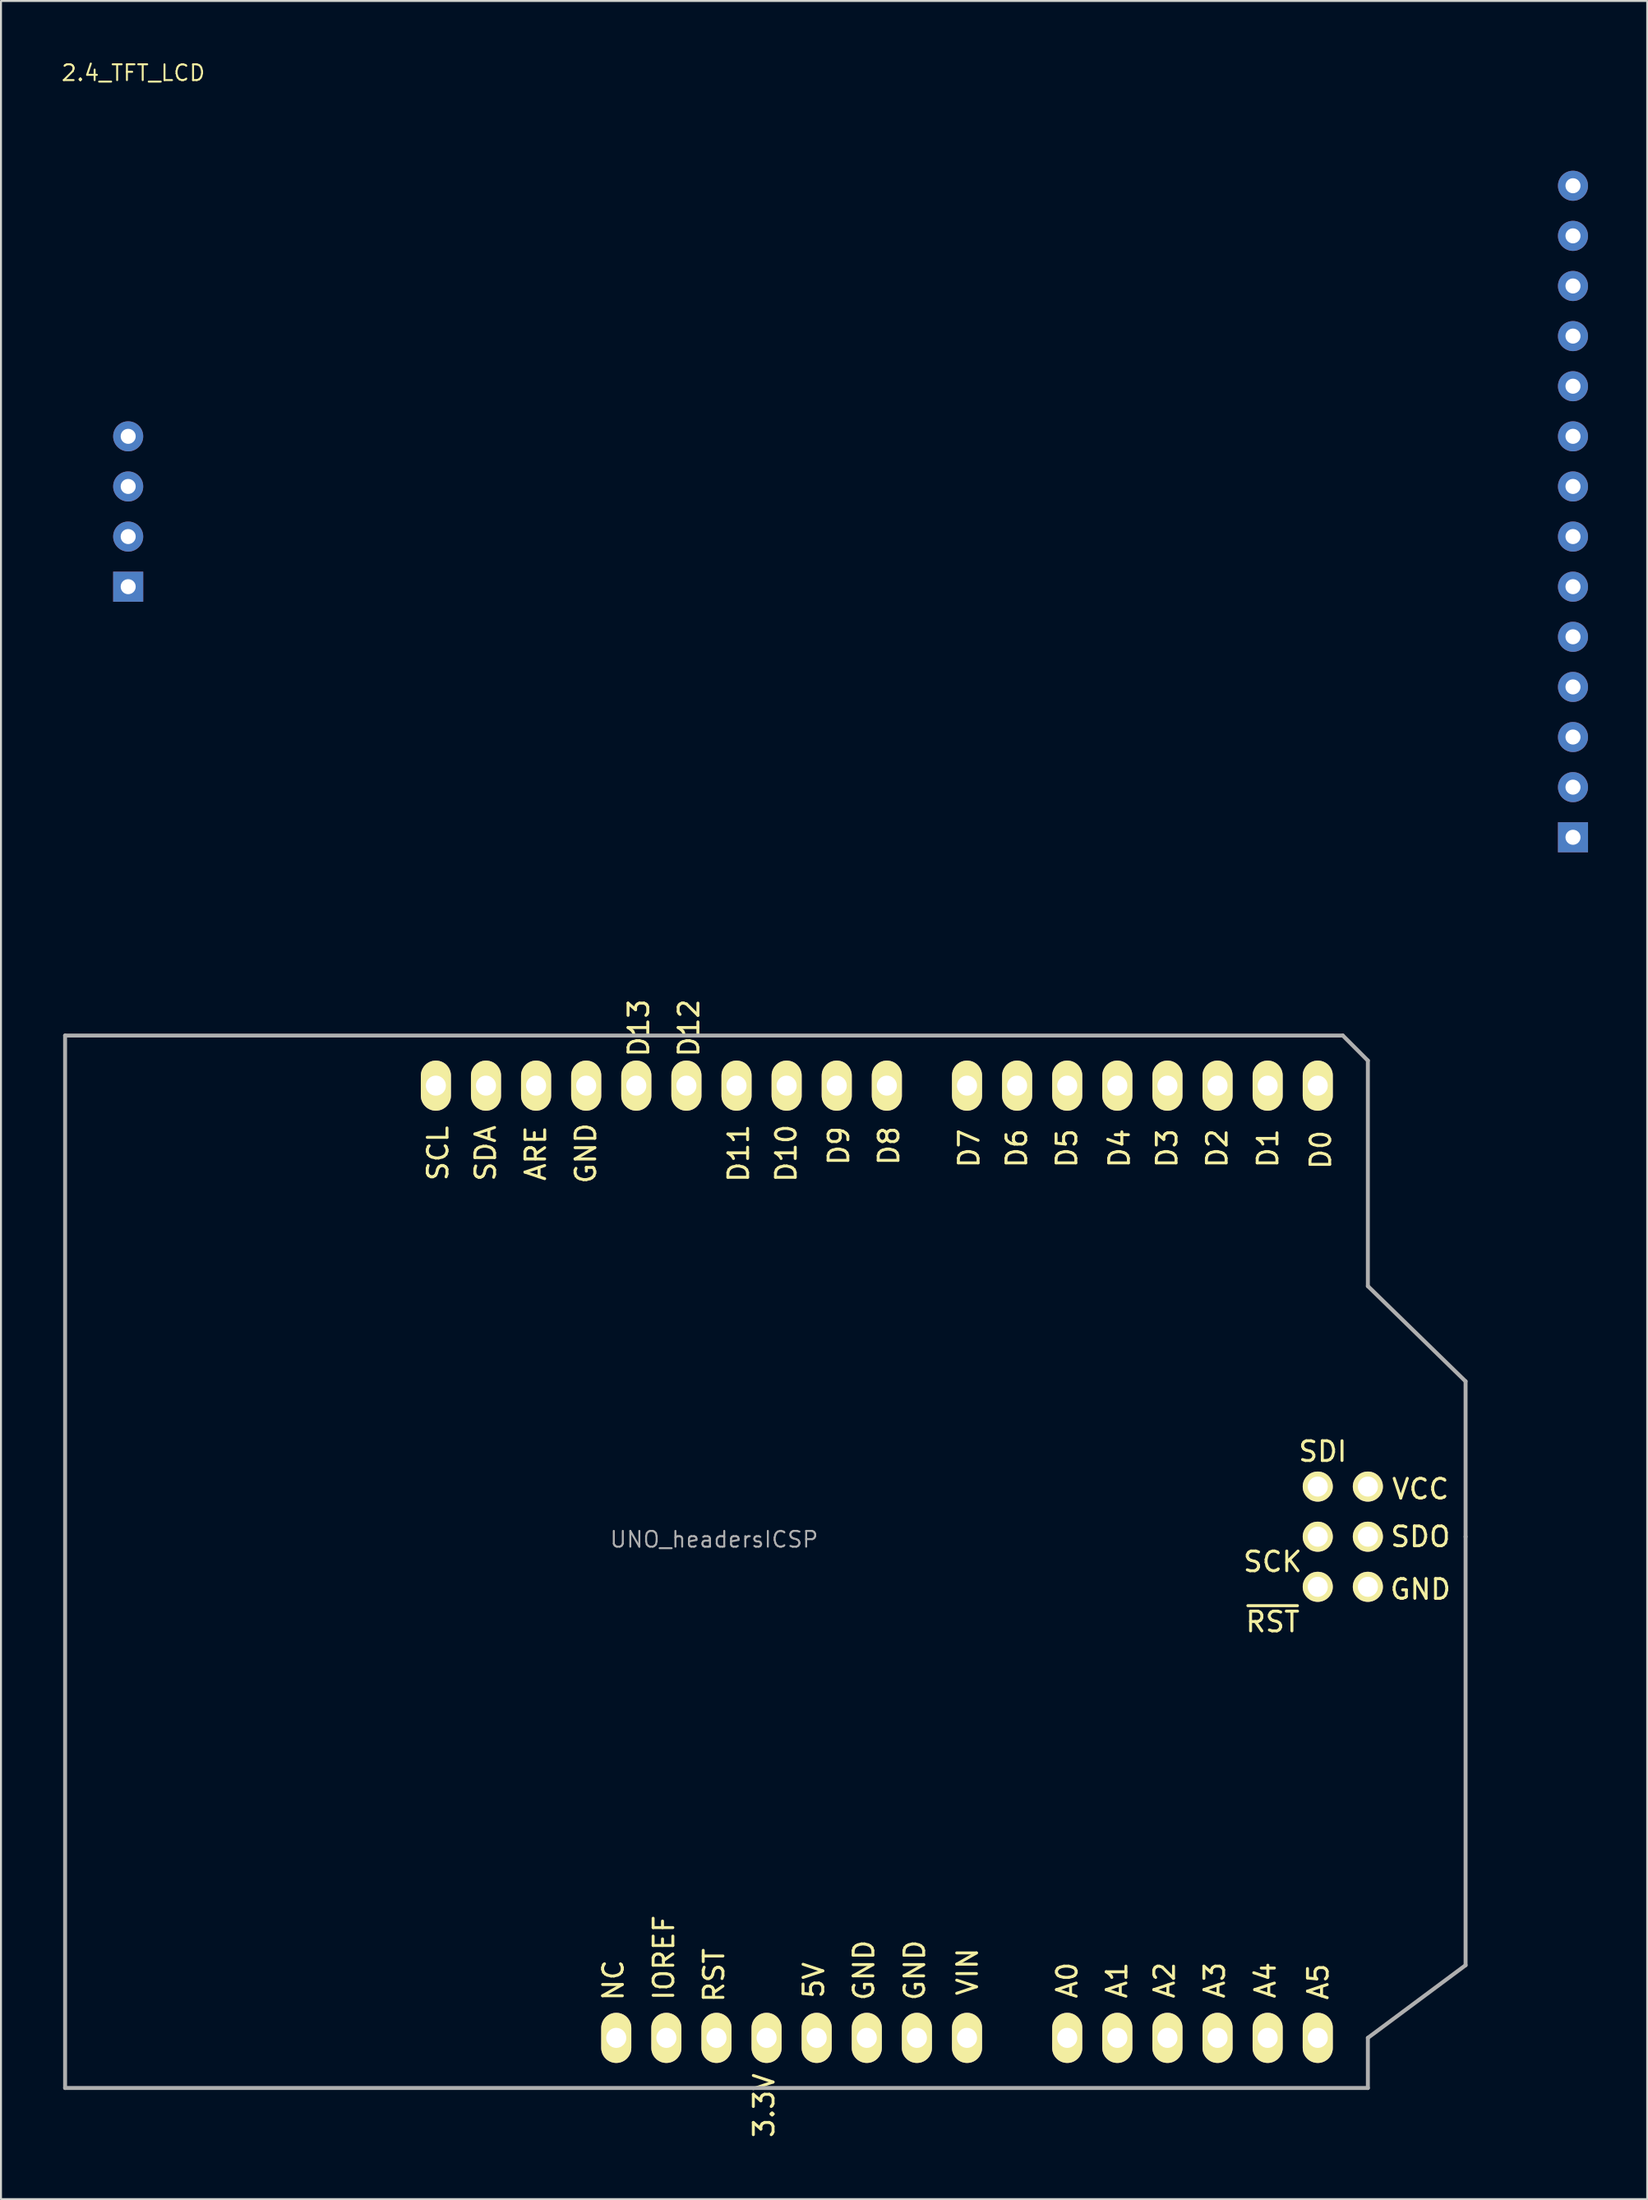
<source format=kicad_pcb>
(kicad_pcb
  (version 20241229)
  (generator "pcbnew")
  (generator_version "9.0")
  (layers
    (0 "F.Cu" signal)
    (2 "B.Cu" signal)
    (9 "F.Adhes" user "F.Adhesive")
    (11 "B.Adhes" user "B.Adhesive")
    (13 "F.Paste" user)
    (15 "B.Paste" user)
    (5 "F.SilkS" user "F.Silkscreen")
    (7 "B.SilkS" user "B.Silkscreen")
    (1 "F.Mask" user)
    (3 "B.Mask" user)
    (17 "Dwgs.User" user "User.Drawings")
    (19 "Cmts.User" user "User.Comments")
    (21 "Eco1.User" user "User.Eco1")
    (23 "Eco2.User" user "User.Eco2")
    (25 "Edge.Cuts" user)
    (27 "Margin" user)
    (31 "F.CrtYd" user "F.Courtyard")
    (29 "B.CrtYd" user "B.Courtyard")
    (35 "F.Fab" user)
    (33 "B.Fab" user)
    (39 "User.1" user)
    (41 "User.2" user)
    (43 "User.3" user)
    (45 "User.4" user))
  (footprint "2.4_TFT_LCD"
    (layer "F.Cu")
    (at 1.488 44.224)
    (property "Reference" "2.4_TFT_LCD" (at 2.22 -43.58 0) (layer "F.SilkS") (effects (font (size 0.8 0.8) (thickness 0.1))))
    (attr through_hole)
    (pad "1" thru_hole rect (at 75.2 -4.84) (size 1.524 1.524) (drill 0.762) (layers "*.Cu" "*.Mask"))
    (pad "2" thru_hole circle (at 75.2 -7.38) (size 1.524 1.524) (drill 0.762) (layers "*.Cu" "*.Mask"))
    (pad "3" thru_hole circle (at 75.2 -9.92) (size 1.524 1.524) (drill 0.762) (layers "*.Cu" "*.Mask"))
    (pad "4" thru_hole circle (at 75.2 -12.46) (size 1.524 1.524) (drill 0.762) (layers "*.Cu" "*.Mask"))
    (pad "5" thru_hole circle (at 75.2 -15) (size 1.524 1.524) (drill 0.762) (layers "*.Cu" "*.Mask"))
    (pad "6" thru_hole circle (at 75.2 -17.54) (size 1.524 1.524) (drill 0.762) (layers "*.Cu" "*.Mask"))
    (pad "7" thru_hole circle (at 75.2 -20.08) (size 1.524 1.524) (drill 0.762) (layers "*.Cu" "*.Mask"))
    (pad "8" thru_hole circle (at 75.2 -22.62) (size 1.524 1.524) (drill 0.762) (layers "*.Cu" "*.Mask"))
    (pad "9" thru_hole circle (at 75.2 -25.16) (size 1.524 1.524) (drill 0.762) (layers "*.Cu" "*.Mask"))
    (pad "10" thru_hole circle (at 75.2 -27.7) (size 1.524 1.524) (drill 0.762) (layers "*.Cu" "*.Mask"))
    (pad "11" thru_hole circle (at 75.2 -30.24) (size 1.524 1.524) (drill 0.762) (layers "*.Cu" "*.Mask"))
    (pad "12" thru_hole circle (at 75.2 -32.78) (size 1.524 1.524) (drill 0.762) (layers "*.Cu" "*.Mask"))
    (pad "13" thru_hole circle (at 75.2 -35.32) (size 1.524 1.524) (drill 0.762) (layers "*.Cu" "*.Mask"))
    (pad "14" thru_hole circle (at 75.2 -37.86) (size 1.524 1.524) (drill 0.762) (layers "*.Cu" "*.Mask"))
    (pad "15" thru_hole rect (at 1.96 -17.54) (size 1.524 1.524) (drill 0.762) (layers "*.Cu" "*.Mask"))
    (pad "16" thru_hole circle (at 1.96 -20.08) (size 1.524 1.524) (drill 0.762) (layers "*.Cu" "*.Mask"))
    (pad "17" thru_hole circle (at 1.96 -22.62) (size 1.524 1.524) (drill 0.762) (layers "*.Cu" "*.Mask"))
    (pad "18" thru_hole circle (at 1.96 -25.16) (size 1.524 1.524) (drill 0.762) (layers "*.Cu" "*.Mask")))
  (footprint "UNO_headersICSP"
    (layer "F.Cu")
    (at 0.25 102.772)
    (property "Reference" "UNO_headersICSP" (at 32.9 -27.8 0) (layer "F.Fab") (effects (font (size 0.8 0.8) (thickness 0.1))))
    (attr through_hole)
    (fp_line (start 0 0) (end 0 -53.34) (stroke (width 0.2) (type solid)) (layer "F.Fab"))
    (fp_line (start 0 0) (end 66.04 0) (stroke (width 0.2) (type solid)) (layer "F.Fab"))
    (fp_line (start 64.77 -53.34) (end 0 -53.34) (stroke (width 0.2) (type solid)) (layer "F.Fab"))
    (fp_line (start 66.04 -52.07) (end 64.77 -53.34) (stroke (width 0.2) (type solid)) (layer "F.Fab"))
    (fp_line (start 66.04 -40.64) (end 66.04 -52.07) (stroke (width 0.2) (type solid)) (layer "F.Fab"))
    (fp_line (start 66.04 -40.64) (end 70.993 -35.814) (stroke (width 0.2) (type solid)) (layer "F.Fab"))
    (fp_line (start 66.04 -2.54) (end 66.04 0) (stroke (width 0.2) (type solid)) (layer "F.Fab"))
    (fp_line (start 66.04 -2.54) (end 70.993 -6.223) (stroke (width 0.2) (type solid)) (layer "F.Fab"))
    (fp_line (start 70.993 -35.814) (end 70.993 -27.94) (stroke (width 0.2) (type solid)) (layer "F.Fab"))
    (fp_line (start 70.993 -27.94) (end 70.993 -6.223) (stroke (width 0.2) (type solid)) (layer "F.Fab"))
    (fp_text user "GND" (at 40.493 -5.969 90) (layer "F.SilkS") (effects (font (size 1 1) (thickness 0.15))))
    (fp_text user "GND" (at 43.068 -5.969 90) (layer "F.SilkS") (effects (font (size 1 1) (thickness 0.15))))
    (fp_text user "SCK" (at 61.214 -26.67 0) (layer "F.SilkS") (effects (font (size 1 1) (thickness 0.15))))
    (fp_text user "5V" (at 37.953 -5.461 90) (layer "F.SilkS") (effects (font (size 1 1) (thickness 0.15))))
    (fp_text user "~{RST}" (at 61.214 -23.622 0) (layer "F.SilkS") (effects (font (size 1 1) (thickness 0.15))))
    (fp_text user "3.3V" (at 35.433 0.889 90) (layer "F.SilkS") (effects (font (size 1 1) (thickness 0.15))))
    (fp_text user "D5" (at 50.78 -47.625 90) (layer "F.SilkS") (effects (font (size 1 1) (thickness 0.15))))
    (fp_text user "SCL" (at 18.903 -47.371 90) (layer "F.SilkS") (effects (font (size 1 1) (thickness 0.15))))
    (fp_text user "D0" (at 63.65 -47.55 90) (layer "F.SilkS") (effects (font (size 1 1) (thickness 0.15))))
    (fp_text user "D11" (at 34.143 -47.371 90) (layer "F.SilkS") (effects (font (size 1 1) (thickness 0.15))))
    (fp_text user "D3" (at 55.86 -47.625 90) (layer "F.SilkS") (effects (font (size 1 1) (thickness 0.15))))
    (fp_text user "GND" (at 26.396 -47.371 90) (layer "F.SilkS") (effects (font (size 1 1) (thickness 0.15))))
    (fp_text user "SDO" (at 68.707 -27.94 0) (layer "F.SilkS") (effects (font (size 1 1) (thickness 0.15))))
    (fp_text user "VCC" (at 68.707 -30.353 0) (layer "F.SilkS") (effects (font (size 1 1) (thickness 0.15))))
    (fp_text user "D7" (at 45.827 -47.625 90) (layer "F.SilkS") (effects (font (size 1 1) (thickness 0.15))))
    (fp_text user "NC" (at 27.793 -5.461 90) (layer "F.SilkS") (effects (font (size 1 1) (thickness 0.15))))
    (fp_text user "D13" (at 29.083 -53.721 90) (layer "F.SilkS") (effects (font (size 1 1) (thickness 0.15))))
    (fp_text user "D6" (at 48.24 -47.625 90) (layer "F.SilkS") (effects (font (size 1 1) (thickness 0.15))))
    (fp_text user "D1" (at 60.975 -47.625 90) (layer "F.SilkS") (effects (font (size 1 1) (thickness 0.15))))
    (fp_text user "A5" (at 63.523 -5.386 90) (layer "F.SilkS") (effects (font (size 1 1) (thickness 0.15))))
    (fp_text user "D9" (at 39.223 -47.752 90) (layer "F.SilkS") (effects (font (size 1 1) (thickness 0.15))))
    (fp_text user "D12" (at 31.623 -53.721 90) (layer "F.SilkS") (effects (font (size 1 1) (thickness 0.15))))
    (fp_text user "RST" (at 32.893 -5.715 90) (layer "F.SilkS") (effects (font (size 1 1) (thickness 0.15))))
    (fp_text user "GND" (at 68.707 -25.273 0) (layer "F.SilkS") (effects (font (size 1 1) (thickness 0.15))))
    (fp_text user "SDI" (at 63.754 -32.258 0) (layer "F.SilkS") (effects (font (size 1 1) (thickness 0.15))))
    (fp_text user "SDA" (at 21.316 -47.371 90) (layer "F.SilkS") (effects (font (size 1 1) (thickness 0.15))))
    (fp_text user "IOREF" (at 30.353 -6.604 90) (layer "F.SilkS") (effects (font (size 1 1) (thickness 0.15))))
    (fp_text user "D2" (at 58.4 -47.625 90) (layer "F.SilkS") (effects (font (size 1 1) (thickness 0.15))))
    (fp_text user "ARE" (at 23.856 -47.371 90) (layer "F.SilkS") (effects (font (size 1 1) (thickness 0.15))))
    (fp_text user "A1" (at 53.32 -5.461 90) (layer "F.SilkS") (effects (font (size 1 1) (thickness 0.15))))
    (fp_text user "A0" (at 50.8 -5.461 90) (layer "F.SilkS") (effects (font (size 1 1) (thickness 0.15))))
    (fp_text user "A2" (at 55.733 -5.461 90) (layer "F.SilkS") (effects (font (size 1 1) (thickness 0.15))))
    (fp_text user "D4" (at 53.447 -47.625 90) (layer "F.SilkS") (effects (font (size 1 1) (thickness 0.15))))
    (fp_text user "D8" (at 41.763 -47.752 90) (layer "F.SilkS") (effects (font (size 1 1) (thickness 0.15))))
    (fp_text user "D10" (at 36.556 -47.371 90) (layer "F.SilkS") (effects (font (size 1 1) (thickness 0.15))))
    (fp_text user "A4" (at 60.848 -5.461 90) (layer "F.SilkS") (effects (font (size 1 1) (thickness 0.15))))
    (fp_text user "A3" (at 58.273 -5.461 90) (layer "F.SilkS") (effects (font (size 1 1) (thickness 0.15))))
    (fp_text user "VIN" (at 45.743 -5.894 90) (layer "F.SilkS") (effects (font (size 1 1) (thickness 0.15))))
    (pad "3V3" thru_hole oval (at 35.56 -2.54 90) (size 2.54 1.524) (drill 1.016) (layers "*.Cu" "*.Mask" "F.SilkS"))
    (pad "5V" thru_hole oval (at 38.1 -2.54 90) (size 2.54 1.524) (drill 1.016) (layers "*.Cu" "*.Mask" "F.SilkS"))
    (pad "A0" thru_hole oval (at 50.8 -2.54 90) (size 2.54 1.524) (drill 1.016) (layers "*.Cu" "*.Mask" "F.SilkS"))
    (pad "A1" thru_hole oval (at 53.34 -2.54 90) (size 2.54 1.524) (drill 1.016) (layers "*.Cu" "*.Mask" "F.SilkS"))
    (pad "A2" thru_hole oval (at 55.88 -2.54 90) (size 2.54 1.524) (drill 1.016) (layers "*.Cu" "*.Mask" "F.SilkS"))
    (pad "A3" thru_hole oval (at 58.42 -2.54 90) (size 2.54 1.524) (drill 1.016) (layers "*.Cu" "*.Mask" "F.SilkS"))
    (pad "A4" thru_hole oval (at 60.96 -2.54 90) (size 2.54 1.524) (drill 1.016) (layers "*.Cu" "*.Mask" "F.SilkS"))
    (pad "A5" thru_hole oval (at 63.5 -2.54 90) (size 2.54 1.524) (drill 1.016) (layers "*.Cu" "*.Mask" "F.SilkS"))
    (pad "AREF" thru_hole oval (at 23.876 -50.8 90) (size 2.54 1.524) (drill 1.016) (layers "*.Cu" "*.Mask" "F.SilkS"))
    (pad "D0" thru_hole oval (at 63.5 -50.8 90) (size 2.54 1.524) (drill 1.016) (layers "*.Cu" "*.Mask" "F.SilkS"))
    (pad "D1" thru_hole oval (at 60.96 -50.8 90) (size 2.54 1.524) (drill 1.016) (layers "*.Cu" "*.Mask" "F.SilkS"))
    (pad "D2" thru_hole oval (at 58.42 -50.8 90) (size 2.54 1.524) (drill 1.016) (layers "*.Cu" "*.Mask" "F.SilkS"))
    (pad "D3" thru_hole oval (at 55.88 -50.8 90) (size 2.54 1.524) (drill 1.016) (layers "*.Cu" "*.Mask" "F.SilkS"))
    (pad "D4" thru_hole oval (at 53.34 -50.8 90) (size 2.54 1.524) (drill 1.016) (layers "*.Cu" "*.Mask" "F.SilkS"))
    (pad "D5" thru_hole oval (at 50.8 -50.8 90) (size 2.54 1.524) (drill 1.016) (layers "*.Cu" "*.Mask" "F.SilkS"))
    (pad "D6" thru_hole oval (at 48.26 -50.8 90) (size 2.54 1.524) (drill 1.016) (layers "*.Cu" "*.Mask" "F.SilkS"))
    (pad "D7" thru_hole oval (at 45.72 -50.8 90) (size 2.54 1.524) (drill 1.016) (layers "*.Cu" "*.Mask" "F.SilkS"))
    (pad "D8" thru_hole oval (at 41.656 -50.8 90) (size 2.54 1.524) (drill 1.016) (layers "*.Cu" "*.Mask" "F.SilkS"))
    (pad "D9" thru_hole oval (at 39.116 -50.8 90) (size 2.54 1.524) (drill 1.016) (layers "*.Cu" "*.Mask" "F.SilkS"))
    (pad "D10" thru_hole oval (at 36.576 -50.8 90) (size 2.54 1.524) (drill 1.016) (layers "*.Cu" "*.Mask" "F.SilkS"))
    (pad "D11" thru_hole oval (at 34.036 -50.8 90) (size 2.54 1.524) (drill 1.016) (layers "*.Cu" "*.Mask" "F.SilkS"))
    (pad "D12" thru_hole oval (at 31.496 -50.8 90) (size 2.54 1.524) (drill 1.016) (layers "*.Cu" "*.Mask" "F.SilkS"))
    (pad "D13" thru_hole oval (at 28.956 -50.8 90) (size 2.54 1.524) (drill 1.016) (layers "*.Cu" "*.Mask" "F.SilkS"))
    (pad "GND1" thru_hole oval (at 40.64 -2.54 90) (size 2.54 1.524) (drill 1.016) (layers "*.Cu" "*.Mask" "F.SilkS"))
    (pad "GND2" thru_hole oval (at 43.18 -2.54 90) (size 2.54 1.524) (drill 1.016) (layers "*.Cu" "*.Mask" "F.SilkS"))
    (pad "GND3" thru_hole oval (at 26.416 -50.8 90) (size 2.54 1.524) (drill 1.016) (layers "*.Cu" "*.Mask" "F.SilkS"))
    (pad "IO" thru_hole oval (at 30.48 -2.54 90) (size 2.54 1.524) (drill 1.016) (layers "*.Cu" "*.Mask" "F.SilkS"))
    (pad "NC" thru_hole oval (at 27.94 -2.54 90) (size 2.54 1.524) (drill 1.016) (layers "*.Cu" "*.Mask" "F.SilkS"))
    (pad "RST" thru_hole oval (at 33.02 -2.54 90) (size 2.54 1.524) (drill 1.016) (layers "*.Cu" "*.Mask" "F.SilkS"))
    (pad "SCL" thru_hole oval (at 18.796 -50.8 90) (size 2.54 1.524) (drill 1.016) (layers "*.Cu" "*.Mask" "F.SilkS"))
    (pad "SDA" thru_hole oval (at 21.336 -50.8 90) (size 2.54 1.524) (drill 1.016) (layers "*.Cu" "*.Mask" "F.SilkS"))
    (pad "SP1" thru_hole circle (at 63.5 -30.48 90) (size 1.524 1.524) (drill 1.016) (layers "*.Cu" "*.Mask" "F.SilkS"))
    (pad "SP2" thru_hole circle (at 66.04 -30.48 90) (size 1.524 1.524) (drill 1.016) (layers "*.Cu" "*.Mask" "F.SilkS"))
    (pad "SP3" thru_hole circle (at 63.5 -27.94 90) (size 1.524 1.524) (drill 1.016) (layers "*.Cu" "*.Mask" "F.SilkS"))
    (pad "SP4" thru_hole circle (at 66.04 -27.94 90) (size 1.524 1.524) (drill 1.016) (layers "*.Cu" "*.Mask" "F.SilkS"))
    (pad "SP5" thru_hole circle (at 63.5 -25.4 90) (size 1.524 1.524) (drill 1.016) (layers "*.Cu" "*.Mask" "F.SilkS"))
    (pad "SP6" thru_hole circle (at 66.04 -25.4 90) (size 1.524 1.524) (drill 1.016) (layers "*.Cu" "*.Mask" "F.SilkS"))
    (pad "VIN" thru_hole oval (at 45.72 -2.54 90) (size 2.54 1.524) (drill 1.016) (layers "*.Cu" "*.Mask" "F.SilkS")))
  (gr_rect
    (start -3 -3)
    (end 80.45 108.405)
    (stroke (width 0.1) (type default))
    (fill no)
    (layer "Edge.Cuts")))
</source>
